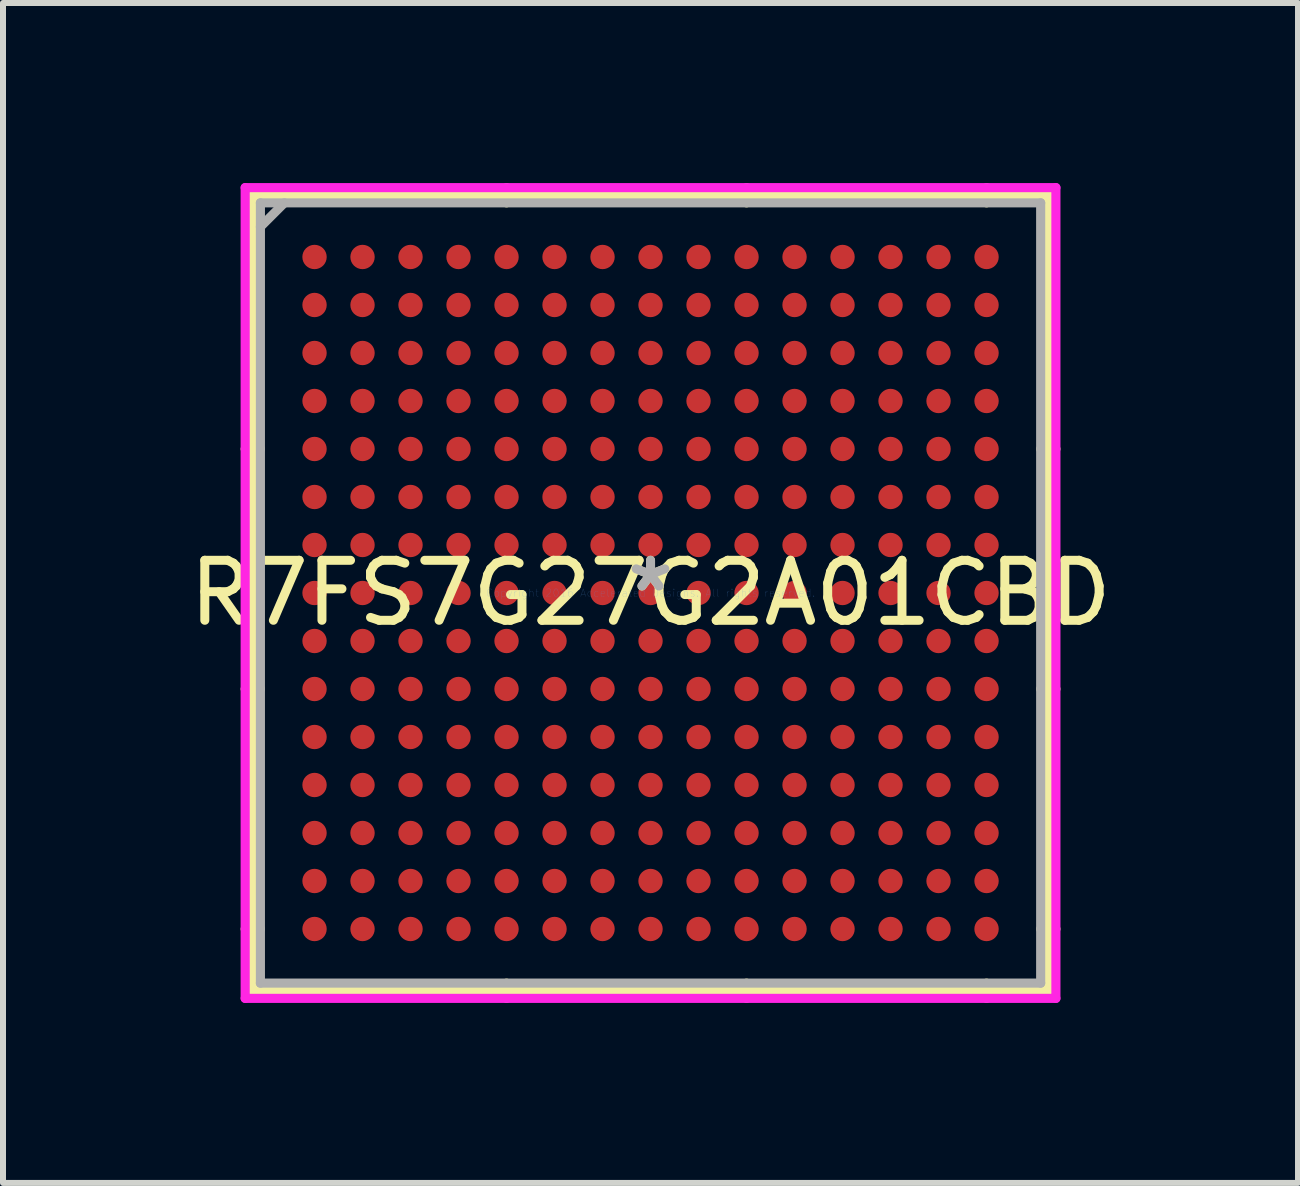
<source format=kicad_pcb>
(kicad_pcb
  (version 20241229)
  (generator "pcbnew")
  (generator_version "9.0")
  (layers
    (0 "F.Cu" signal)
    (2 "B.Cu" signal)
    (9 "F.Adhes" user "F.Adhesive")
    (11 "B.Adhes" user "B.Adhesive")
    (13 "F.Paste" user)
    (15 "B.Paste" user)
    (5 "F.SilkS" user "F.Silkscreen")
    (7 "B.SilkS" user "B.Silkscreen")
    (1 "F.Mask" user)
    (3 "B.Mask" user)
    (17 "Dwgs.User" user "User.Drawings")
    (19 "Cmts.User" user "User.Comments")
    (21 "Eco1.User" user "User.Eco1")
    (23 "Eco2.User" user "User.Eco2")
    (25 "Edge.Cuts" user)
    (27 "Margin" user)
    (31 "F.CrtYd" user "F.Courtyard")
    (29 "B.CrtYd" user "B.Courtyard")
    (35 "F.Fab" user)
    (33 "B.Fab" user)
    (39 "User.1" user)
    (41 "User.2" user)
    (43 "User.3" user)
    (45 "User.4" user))
  (footprint "R7FS7G27G2A01CBD"
    (layer "F.Cu")
    (at 7.792 6.833)
    (property "Reference" "R7FS7G27G2A01CBD" (at 0 0 0) (layer "F.SilkS") (effects (font (size 1 1) (thickness 0.15))))
    (attr through_hole)
    (fp_line (start -6.629 -6.629) (end -6.629 6.629) (stroke (width 0.152) (type solid)) (layer "F.SilkS"))
    (fp_line (start -6.629 6.629) (end 6.629 6.629) (stroke (width 0.152) (type solid)) (layer "F.SilkS"))
    (fp_line (start -6.502 -2.4) (end -6.756 -2.4) (stroke (width 0.152) (type solid)) (layer "F.SilkS"))
    (fp_line (start -6.502 1.6) (end -6.756 1.6) (stroke (width 0.152) (type solid)) (layer "F.SilkS"))
    (fp_line (start -6.502 5.6) (end -6.756 5.6) (stroke (width 0.152) (type solid)) (layer "F.SilkS"))
    (fp_line (start -2.4 -6.502) (end -2.4 -6.756) (stroke (width 0.152) (type solid)) (layer "F.SilkS"))
    (fp_line (start -2.4 6.502) (end -2.4 6.756) (stroke (width 0.152) (type solid)) (layer "F.SilkS"))
    (fp_line (start 1.6 -6.502) (end 1.6 -6.756) (stroke (width 0.152) (type solid)) (layer "F.SilkS"))
    (fp_line (start 1.6 6.502) (end 1.6 6.756) (stroke (width 0.152) (type solid)) (layer "F.SilkS"))
    (fp_line (start 5.6 -6.502) (end 5.6 -6.756) (stroke (width 0.152) (type solid)) (layer "F.SilkS"))
    (fp_line (start 5.6 6.502) (end 5.6 6.756) (stroke (width 0.152) (type solid)) (layer "F.SilkS"))
    (fp_line (start 6.502 -2.4) (end 6.756 -2.4) (stroke (width 0.152) (type solid)) (layer "F.SilkS"))
    (fp_line (start 6.502 1.6) (end 6.756 1.6) (stroke (width 0.152) (type solid)) (layer "F.SilkS"))
    (fp_line (start 6.502 5.6) (end 6.756 5.6) (stroke (width 0.152) (type solid)) (layer "F.SilkS"))
    (fp_line (start 6.629 -6.629) (end -6.629 -6.629) (stroke (width 0.152) (type solid)) (layer "F.SilkS"))
    (fp_line (start 6.629 6.629) (end 6.629 -6.629) (stroke (width 0.152) (type solid)) (layer "F.SilkS"))
    (fp_line (start -6.756 -6.756) (end 6.756 -6.756) (stroke (width 0.152) (type solid)) (layer "F.CrtYd"))
    (fp_line (start -6.756 6.756) (end -6.756 -6.756) (stroke (width 0.152) (type solid)) (layer "F.CrtYd"))
    (fp_line (start 6.756 -6.756) (end 6.756 6.756) (stroke (width 0.152) (type solid)) (layer "F.CrtYd"))
    (fp_line (start 6.756 6.756) (end -6.756 6.756) (stroke (width 0.152) (type solid)) (layer "F.CrtYd"))
    (fp_line (start -6.502 -6.502) (end -6.502 6.502) (stroke (width 0.152) (type solid)) (layer "F.Fab"))
    (fp_line (start -6.502 6.502) (end 6.502 6.502) (stroke (width 0.152) (type solid)) (layer "F.Fab"))
    (fp_line (start -6.102 -6.502) (end -6.502 -6.102) (stroke (width 0.152) (type solid)) (layer "F.Fab"))
    (fp_line (start 6.502 -6.502) (end -6.502 -6.502) (stroke (width 0.152) (type solid)) (layer "F.Fab"))
    (fp_line (start 6.502 6.502) (end 6.502 -6.502) (stroke (width 0.152) (type solid)) (layer "F.Fab"))
    (fp_text user "*" (at 0 0 0) (layer "F.SilkS") (effects (font (size 1 1) (thickness 0.15))))
    (fp_text user "Copyright 2016 Accelerated Designs. All rights reserved." (at 0 0 0) (layer "Cmts.User") (effects (font (size 0.127 0.127) (thickness 0.002))))
    (fp_text user "*" (at 0 0 0) (layer "F.Fab") (effects (font (size 1 1) (thickness 0.15))))
    (pad "A1" smd circle (at -5.6 -5.6) (size 0.406 0.406) (layers "F.Cu" "F.Mask" "F.Paste"))
    (pad "A2" smd circle (at -4.8 -5.6) (size 0.406 0.406) (layers "F.Cu" "F.Mask" "F.Paste"))
    (pad "A3" smd circle (at -4 -5.6) (size 0.406 0.406) (layers "F.Cu" "F.Mask" "F.Paste"))
    (pad "A4" smd circle (at -3.2 -5.6) (size 0.406 0.406) (layers "F.Cu" "F.Mask" "F.Paste"))
    (pad "A5" smd circle (at -2.4 -5.6) (size 0.406 0.406) (layers "F.Cu" "F.Mask" "F.Paste"))
    (pad "A6" smd circle (at -1.6 -5.6) (size 0.406 0.406) (layers "F.Cu" "F.Mask" "F.Paste"))
    (pad "A7" smd circle (at -0.8 -5.6) (size 0.406 0.406) (layers "F.Cu" "F.Mask" "F.Paste"))
    (pad "A8" smd circle (at 0 -5.6) (size 0.406 0.406) (layers "F.Cu" "F.Mask" "F.Paste"))
    (pad "A9" smd circle (at 0.8 -5.6) (size 0.406 0.406) (layers "F.Cu" "F.Mask" "F.Paste"))
    (pad "A10" smd circle (at 1.6 -5.6) (size 0.406 0.406) (layers "F.Cu" "F.Mask" "F.Paste"))
    (pad "A11" smd circle (at 2.4 -5.6) (size 0.406 0.406) (layers "F.Cu" "F.Mask" "F.Paste"))
    (pad "A12" smd circle (at 3.2 -5.6) (size 0.406 0.406) (layers "F.Cu" "F.Mask" "F.Paste"))
    (pad "A13" smd circle (at 4 -5.6) (size 0.406 0.406) (layers "F.Cu" "F.Mask" "F.Paste"))
    (pad "A14" smd circle (at 4.8 -5.6) (size 0.406 0.406) (layers "F.Cu" "F.Mask" "F.Paste"))
    (pad "A15" smd circle (at 5.6 -5.6) (size 0.406 0.406) (layers "F.Cu" "F.Mask" "F.Paste"))
    (pad "B1" smd circle (at -5.6 -4.8) (size 0.406 0.406) (layers "F.Cu" "F.Mask" "F.Paste"))
    (pad "B2" smd circle (at -4.8 -4.8) (size 0.406 0.406) (layers "F.Cu" "F.Mask" "F.Paste"))
    (pad "B3" smd circle (at -4 -4.8) (size 0.406 0.406) (layers "F.Cu" "F.Mask" "F.Paste"))
    (pad "B4" smd circle (at -3.2 -4.8) (size 0.406 0.406) (layers "F.Cu" "F.Mask" "F.Paste"))
    (pad "B5" smd circle (at -2.4 -4.8) (size 0.406 0.406) (layers "F.Cu" "F.Mask" "F.Paste"))
    (pad "B6" smd circle (at -1.6 -4.8) (size 0.406 0.406) (layers "F.Cu" "F.Mask" "F.Paste"))
    (pad "B7" smd circle (at -0.8 -4.8) (size 0.406 0.406) (layers "F.Cu" "F.Mask" "F.Paste"))
    (pad "B8" smd circle (at 0 -4.8) (size 0.406 0.406) (layers "F.Cu" "F.Mask" "F.Paste"))
    (pad "B9" smd circle (at 0.8 -4.8) (size 0.406 0.406) (layers "F.Cu" "F.Mask" "F.Paste"))
    (pad "B10" smd circle (at 1.6 -4.8) (size 0.406 0.406) (layers "F.Cu" "F.Mask" "F.Paste"))
    (pad "B11" smd circle (at 2.4 -4.8) (size 0.406 0.406) (layers "F.Cu" "F.Mask" "F.Paste"))
    (pad "B12" smd circle (at 3.2 -4.8) (size 0.406 0.406) (layers "F.Cu" "F.Mask" "F.Paste"))
    (pad "B13" smd circle (at 4 -4.8) (size 0.406 0.406) (layers "F.Cu" "F.Mask" "F.Paste"))
    (pad "B14" smd circle (at 4.8 -4.8) (size 0.406 0.406) (layers "F.Cu" "F.Mask" "F.Paste"))
    (pad "B15" smd circle (at 5.6 -4.8) (size 0.406 0.406) (layers "F.Cu" "F.Mask" "F.Paste"))
    (pad "C1" smd circle (at -5.6 -4) (size 0.406 0.406) (layers "F.Cu" "F.Mask" "F.Paste"))
    (pad "C2" smd circle (at -4.8 -4) (size 0.406 0.406) (layers "F.Cu" "F.Mask" "F.Paste"))
    (pad "C3" smd circle (at -4 -4) (size 0.406 0.406) (layers "F.Cu" "F.Mask" "F.Paste"))
    (pad "C4" smd circle (at -3.2 -4) (size 0.406 0.406) (layers "F.Cu" "F.Mask" "F.Paste"))
    (pad "C5" smd circle (at -2.4 -4) (size 0.406 0.406) (layers "F.Cu" "F.Mask" "F.Paste"))
    (pad "C6" smd circle (at -1.6 -4) (size 0.406 0.406) (layers "F.Cu" "F.Mask" "F.Paste"))
    (pad "C7" smd circle (at -0.8 -4) (size 0.406 0.406) (layers "F.Cu" "F.Mask" "F.Paste"))
    (pad "C8" smd circle (at 0 -4) (size 0.406 0.406) (layers "F.Cu" "F.Mask" "F.Paste"))
    (pad "C9" smd circle (at 0.8 -4) (size 0.406 0.406) (layers "F.Cu" "F.Mask" "F.Paste"))
    (pad "C10" smd circle (at 1.6 -4) (size 0.406 0.406) (layers "F.Cu" "F.Mask" "F.Paste"))
    (pad "C11" smd circle (at 2.4 -4) (size 0.406 0.406) (layers "F.Cu" "F.Mask" "F.Paste"))
    (pad "C12" smd circle (at 3.2 -4) (size 0.406 0.406) (layers "F.Cu" "F.Mask" "F.Paste"))
    (pad "C13" smd circle (at 4 -4) (size 0.406 0.406) (layers "F.Cu" "F.Mask" "F.Paste"))
    (pad "C14" smd circle (at 4.8 -4) (size 0.406 0.406) (layers "F.Cu" "F.Mask" "F.Paste"))
    (pad "C15" smd circle (at 5.6 -4) (size 0.406 0.406) (layers "F.Cu" "F.Mask" "F.Paste"))
    (pad "D1" smd circle (at -5.6 -3.2) (size 0.406 0.406) (layers "F.Cu" "F.Mask" "F.Paste"))
    (pad "D2" smd circle (at -4.8 -3.2) (size 0.406 0.406) (layers "F.Cu" "F.Mask" "F.Paste"))
    (pad "D3" smd circle (at -4 -3.2) (size 0.406 0.406) (layers "F.Cu" "F.Mask" "F.Paste"))
    (pad "D4" smd circle (at -3.2 -3.2) (size 0.406 0.406) (layers "F.Cu" "F.Mask" "F.Paste"))
    (pad "D5" smd circle (at -2.4 -3.2) (size 0.406 0.406) (layers "F.Cu" "F.Mask" "F.Paste"))
    (pad "D6" smd circle (at -1.6 -3.2) (size 0.406 0.406) (layers "F.Cu" "F.Mask" "F.Paste"))
    (pad "D7" smd circle (at -0.8 -3.2) (size 0.406 0.406) (layers "F.Cu" "F.Mask" "F.Paste"))
    (pad "D8" smd circle (at 0 -3.2) (size 0.406 0.406) (layers "F.Cu" "F.Mask" "F.Paste"))
    (pad "D9" smd circle (at 0.8 -3.2) (size 0.406 0.406) (layers "F.Cu" "F.Mask" "F.Paste"))
    (pad "D10" smd circle (at 1.6 -3.2) (size 0.406 0.406) (layers "F.Cu" "F.Mask" "F.Paste"))
    (pad "D11" smd circle (at 2.4 -3.2) (size 0.406 0.406) (layers "F.Cu" "F.Mask" "F.Paste"))
    (pad "D12" smd circle (at 3.2 -3.2) (size 0.406 0.406) (layers "F.Cu" "F.Mask" "F.Paste"))
    (pad "D13" smd circle (at 4 -3.2) (size 0.406 0.406) (layers "F.Cu" "F.Mask" "F.Paste"))
    (pad "D14" smd circle (at 4.8 -3.2) (size 0.406 0.406) (layers "F.Cu" "F.Mask" "F.Paste"))
    (pad "D15" smd circle (at 5.6 -3.2) (size 0.406 0.406) (layers "F.Cu" "F.Mask" "F.Paste"))
    (pad "E1" smd circle (at -5.6 -2.4) (size 0.406 0.406) (layers "F.Cu" "F.Mask" "F.Paste"))
    (pad "E2" smd circle (at -4.8 -2.4) (size 0.406 0.406) (layers "F.Cu" "F.Mask" "F.Paste"))
    (pad "E3" smd circle (at -4 -2.4) (size 0.406 0.406) (layers "F.Cu" "F.Mask" "F.Paste"))
    (pad "E4" smd circle (at -3.2 -2.4) (size 0.406 0.406) (layers "F.Cu" "F.Mask" "F.Paste"))
    (pad "E5" smd circle (at -2.4 -2.4) (size 0.406 0.406) (layers "F.Cu" "F.Mask" "F.Paste"))
    (pad "E6" smd circle (at -1.6 -2.4) (size 0.406 0.406) (layers "F.Cu" "F.Mask" "F.Paste"))
    (pad "E7" smd circle (at -0.8 -2.4) (size 0.406 0.406) (layers "F.Cu" "F.Mask" "F.Paste"))
    (pad "E8" smd circle (at 0 -2.4) (size 0.406 0.406) (layers "F.Cu" "F.Mask" "F.Paste"))
    (pad "E9" smd circle (at 0.8 -2.4) (size 0.406 0.406) (layers "F.Cu" "F.Mask" "F.Paste"))
    (pad "E10" smd circle (at 1.6 -2.4) (size 0.406 0.406) (layers "F.Cu" "F.Mask" "F.Paste"))
    (pad "E11" smd circle (at 2.4 -2.4) (size 0.406 0.406) (layers "F.Cu" "F.Mask" "F.Paste"))
    (pad "E12" smd circle (at 3.2 -2.4) (size 0.406 0.406) (layers "F.Cu" "F.Mask" "F.Paste"))
    (pad "E13" smd circle (at 4 -2.4) (size 0.406 0.406) (layers "F.Cu" "F.Mask" "F.Paste"))
    (pad "E14" smd circle (at 4.8 -2.4) (size 0.406 0.406) (layers "F.Cu" "F.Mask" "F.Paste"))
    (pad "E15" smd circle (at 5.6 -2.4) (size 0.406 0.406) (layers "F.Cu" "F.Mask" "F.Paste"))
    (pad "F1" smd circle (at -5.6 -1.6) (size 0.406 0.406) (layers "F.Cu" "F.Mask" "F.Paste"))
    (pad "F2" smd circle (at -4.8 -1.6) (size 0.406 0.406) (layers "F.Cu" "F.Mask" "F.Paste"))
    (pad "F3" smd circle (at -4 -1.6) (size 0.406 0.406) (layers "F.Cu" "F.Mask" "F.Paste"))
    (pad "F4" smd circle (at -3.2 -1.6) (size 0.406 0.406) (layers "F.Cu" "F.Mask" "F.Paste"))
    (pad "F5" smd circle (at -2.4 -1.6) (size 0.406 0.406) (layers "F.Cu" "F.Mask" "F.Paste"))
    (pad "F6" smd circle (at -1.6 -1.6) (size 0.406 0.406) (layers "F.Cu" "F.Mask" "F.Paste"))
    (pad "F7" smd circle (at -0.8 -1.6) (size 0.406 0.406) (layers "F.Cu" "F.Mask" "F.Paste"))
    (pad "F8" smd circle (at 0 -1.6) (size 0.406 0.406) (layers "F.Cu" "F.Mask" "F.Paste"))
    (pad "F9" smd circle (at 0.8 -1.6) (size 0.406 0.406) (layers "F.Cu" "F.Mask" "F.Paste"))
    (pad "F10" smd circle (at 1.6 -1.6) (size 0.406 0.406) (layers "F.Cu" "F.Mask" "F.Paste"))
    (pad "F11" smd circle (at 2.4 -1.6) (size 0.406 0.406) (layers "F.Cu" "F.Mask" "F.Paste"))
    (pad "F12" smd circle (at 3.2 -1.6) (size 0.406 0.406) (layers "F.Cu" "F.Mask" "F.Paste"))
    (pad "F13" smd circle (at 4 -1.6) (size 0.406 0.406) (layers "F.Cu" "F.Mask" "F.Paste"))
    (pad "F14" smd circle (at 4.8 -1.6) (size 0.406 0.406) (layers "F.Cu" "F.Mask" "F.Paste"))
    (pad "F15" smd circle (at 5.6 -1.6) (size 0.406 0.406) (layers "F.Cu" "F.Mask" "F.Paste"))
    (pad "G1" smd circle (at -5.6 -0.8) (size 0.406 0.406) (layers "F.Cu" "F.Mask" "F.Paste"))
    (pad "G2" smd circle (at -4.8 -0.8) (size 0.406 0.406) (layers "F.Cu" "F.Mask" "F.Paste"))
    (pad "G3" smd circle (at -4 -0.8) (size 0.406 0.406) (layers "F.Cu" "F.Mask" "F.Paste"))
    (pad "G4" smd circle (at -3.2 -0.8) (size 0.406 0.406) (layers "F.Cu" "F.Mask" "F.Paste"))
    (pad "G5" smd circle (at -2.4 -0.8) (size 0.406 0.406) (layers "F.Cu" "F.Mask" "F.Paste"))
    (pad "G6" smd circle (at -1.6 -0.8) (size 0.406 0.406) (layers "F.Cu" "F.Mask" "F.Paste"))
    (pad "G7" smd circle (at -0.8 -0.8) (size 0.406 0.406) (layers "F.Cu" "F.Mask" "F.Paste"))
    (pad "G8" smd circle (at 0 -0.8) (size 0.406 0.406) (layers "F.Cu" "F.Mask" "F.Paste"))
    (pad "G9" smd circle (at 0.8 -0.8) (size 0.406 0.406) (layers "F.Cu" "F.Mask" "F.Paste"))
    (pad "G10" smd circle (at 1.6 -0.8) (size 0.406 0.406) (layers "F.Cu" "F.Mask" "F.Paste"))
    (pad "G11" smd circle (at 2.4 -0.8) (size 0.406 0.406) (layers "F.Cu" "F.Mask" "F.Paste"))
    (pad "G12" smd circle (at 3.2 -0.8) (size 0.406 0.406) (layers "F.Cu" "F.Mask" "F.Paste"))
    (pad "G13" smd circle (at 4 -0.8) (size 0.406 0.406) (layers "F.Cu" "F.Mask" "F.Paste"))
    (pad "G14" smd circle (at 4.8 -0.8) (size 0.406 0.406) (layers "F.Cu" "F.Mask" "F.Paste"))
    (pad "G15" smd circle (at 5.6 -0.8) (size 0.406 0.406) (layers "F.Cu" "F.Mask" "F.Paste"))
    (pad "H1" smd circle (at -5.6 0) (size 0.406 0.406) (layers "F.Cu" "F.Mask" "F.Paste"))
    (pad "H2" smd circle (at -4.8 0) (size 0.406 0.406) (layers "F.Cu" "F.Mask" "F.Paste"))
    (pad "H3" smd circle (at -4 0) (size 0.406 0.406) (layers "F.Cu" "F.Mask" "F.Paste"))
    (pad "H4" smd circle (at -3.2 0) (size 0.406 0.406) (layers "F.Cu" "F.Mask" "F.Paste"))
    (pad "H5" smd circle (at -2.4 0) (size 0.406 0.406) (layers "F.Cu" "F.Mask" "F.Paste"))
    (pad "H6" smd circle (at -1.6 0) (size 0.406 0.406) (layers "F.Cu" "F.Mask" "F.Paste"))
    (pad "H7" smd circle (at -0.8 0) (size 0.406 0.406) (layers "F.Cu" "F.Mask" "F.Paste"))
    (pad "H8" smd circle (at 0 0) (size 0.406 0.406) (layers "F.Cu" "F.Mask" "F.Paste"))
    (pad "H9" smd circle (at 0.8 0) (size 0.406 0.406) (layers "F.Cu" "F.Mask" "F.Paste"))
    (pad "H10" smd circle (at 1.6 0) (size 0.406 0.406) (layers "F.Cu" "F.Mask" "F.Paste"))
    (pad "H11" smd circle (at 2.4 0) (size 0.406 0.406) (layers "F.Cu" "F.Mask" "F.Paste"))
    (pad "H12" smd circle (at 3.2 0) (size 0.406 0.406) (layers "F.Cu" "F.Mask" "F.Paste"))
    (pad "H13" smd circle (at 4 0) (size 0.406 0.406) (layers "F.Cu" "F.Mask" "F.Paste"))
    (pad "H14" smd circle (at 4.8 0) (size 0.406 0.406) (layers "F.Cu" "F.Mask" "F.Paste"))
    (pad "H15" smd circle (at 5.6 0) (size 0.406 0.406) (layers "F.Cu" "F.Mask" "F.Paste"))
    (pad "J1" smd circle (at -5.6 0.8) (size 0.406 0.406) (layers "F.Cu" "F.Mask" "F.Paste"))
    (pad "J2" smd circle (at -4.8 0.8) (size 0.406 0.406) (layers "F.Cu" "F.Mask" "F.Paste"))
    (pad "J3" smd circle (at -4 0.8) (size 0.406 0.406) (layers "F.Cu" "F.Mask" "F.Paste"))
    (pad "J4" smd circle (at -3.2 0.8) (size 0.406 0.406) (layers "F.Cu" "F.Mask" "F.Paste"))
    (pad "J5" smd circle (at -2.4 0.8) (size 0.406 0.406) (layers "F.Cu" "F.Mask" "F.Paste"))
    (pad "J6" smd circle (at -1.6 0.8) (size 0.406 0.406) (layers "F.Cu" "F.Mask" "F.Paste"))
    (pad "J7" smd circle (at -0.8 0.8) (size 0.406 0.406) (layers "F.Cu" "F.Mask" "F.Paste"))
    (pad "J8" smd circle (at 0 0.8) (size 0.406 0.406) (layers "F.Cu" "F.Mask" "F.Paste"))
    (pad "J9" smd circle (at 0.8 0.8) (size 0.406 0.406) (layers "F.Cu" "F.Mask" "F.Paste"))
    (pad "J10" smd circle (at 1.6 0.8) (size 0.406 0.406) (layers "F.Cu" "F.Mask" "F.Paste"))
    (pad "J11" smd circle (at 2.4 0.8) (size 0.406 0.406) (layers "F.Cu" "F.Mask" "F.Paste"))
    (pad "J12" smd circle (at 3.2 0.8) (size 0.406 0.406) (layers "F.Cu" "F.Mask" "F.Paste"))
    (pad "J13" smd circle (at 4 0.8) (size 0.406 0.406) (layers "F.Cu" "F.Mask" "F.Paste"))
    (pad "J14" smd circle (at 4.8 0.8) (size 0.406 0.406) (layers "F.Cu" "F.Mask" "F.Paste"))
    (pad "J15" smd circle (at 5.6 0.8) (size 0.406 0.406) (layers "F.Cu" "F.Mask" "F.Paste"))
    (pad "K1" smd circle (at -5.6 1.6) (size 0.406 0.406) (layers "F.Cu" "F.Mask" "F.Paste"))
    (pad "K2" smd circle (at -4.8 1.6) (size 0.406 0.406) (layers "F.Cu" "F.Mask" "F.Paste"))
    (pad "K3" smd circle (at -4 1.6) (size 0.406 0.406) (layers "F.Cu" "F.Mask" "F.Paste"))
    (pad "K4" smd circle (at -3.2 1.6) (size 0.406 0.406) (layers "F.Cu" "F.Mask" "F.Paste"))
    (pad "K5" smd circle (at -2.4 1.6) (size 0.406 0.406) (layers "F.Cu" "F.Mask" "F.Paste"))
    (pad "K6" smd circle (at -1.6 1.6) (size 0.406 0.406) (layers "F.Cu" "F.Mask" "F.Paste"))
    (pad "K7" smd circle (at -0.8 1.6) (size 0.406 0.406) (layers "F.Cu" "F.Mask" "F.Paste"))
    (pad "K8" smd circle (at 0 1.6) (size 0.406 0.406) (layers "F.Cu" "F.Mask" "F.Paste"))
    (pad "K9" smd circle (at 0.8 1.6) (size 0.406 0.406) (layers "F.Cu" "F.Mask" "F.Paste"))
    (pad "K10" smd circle (at 1.6 1.6) (size 0.406 0.406) (layers "F.Cu" "F.Mask" "F.Paste"))
    (pad "K11" smd circle (at 2.4 1.6) (size 0.406 0.406) (layers "F.Cu" "F.Mask" "F.Paste"))
    (pad "K12" smd circle (at 3.2 1.6) (size 0.406 0.406) (layers "F.Cu" "F.Mask" "F.Paste"))
    (pad "K13" smd circle (at 4 1.6) (size 0.406 0.406) (layers "F.Cu" "F.Mask" "F.Paste"))
    (pad "K14" smd circle (at 4.8 1.6) (size 0.406 0.406) (layers "F.Cu" "F.Mask" "F.Paste"))
    (pad "K15" smd circle (at 5.6 1.6) (size 0.406 0.406) (layers "F.Cu" "F.Mask" "F.Paste"))
    (pad "L1" smd circle (at -5.6 2.4) (size 0.406 0.406) (layers "F.Cu" "F.Mask" "F.Paste"))
    (pad "L2" smd circle (at -4.8 2.4) (size 0.406 0.406) (layers "F.Cu" "F.Mask" "F.Paste"))
    (pad "L3" smd circle (at -4 2.4) (size 0.406 0.406) (layers "F.Cu" "F.Mask" "F.Paste"))
    (pad "L4" smd circle (at -3.2 2.4) (size 0.406 0.406) (layers "F.Cu" "F.Mask" "F.Paste"))
    (pad "L5" smd circle (at -2.4 2.4) (size 0.406 0.406) (layers "F.Cu" "F.Mask" "F.Paste"))
    (pad "L6" smd circle (at -1.6 2.4) (size 0.406 0.406) (layers "F.Cu" "F.Mask" "F.Paste"))
    (pad "L7" smd circle (at -0.8 2.4) (size 0.406 0.406) (layers "F.Cu" "F.Mask" "F.Paste"))
    (pad "L8" smd circle (at 0 2.4) (size 0.406 0.406) (layers "F.Cu" "F.Mask" "F.Paste"))
    (pad "L9" smd circle (at 0.8 2.4) (size 0.406 0.406) (layers "F.Cu" "F.Mask" "F.Paste"))
    (pad "L10" smd circle (at 1.6 2.4) (size 0.406 0.406) (layers "F.Cu" "F.Mask" "F.Paste"))
    (pad "L11" smd circle (at 2.4 2.4) (size 0.406 0.406) (layers "F.Cu" "F.Mask" "F.Paste"))
    (pad "L12" smd circle (at 3.2 2.4) (size 0.406 0.406) (layers "F.Cu" "F.Mask" "F.Paste"))
    (pad "L13" smd circle (at 4 2.4) (size 0.406 0.406) (layers "F.Cu" "F.Mask" "F.Paste"))
    (pad "L14" smd circle (at 4.8 2.4) (size 0.406 0.406) (layers "F.Cu" "F.Mask" "F.Paste"))
    (pad "L15" smd circle (at 5.6 2.4) (size 0.406 0.406) (layers "F.Cu" "F.Mask" "F.Paste"))
    (pad "M1" smd circle (at -5.6 3.2) (size 0.406 0.406) (layers "F.Cu" "F.Mask" "F.Paste"))
    (pad "M2" smd circle (at -4.8 3.2) (size 0.406 0.406) (layers "F.Cu" "F.Mask" "F.Paste"))
    (pad "M3" smd circle (at -4 3.2) (size 0.406 0.406) (layers "F.Cu" "F.Mask" "F.Paste"))
    (pad "M4" smd circle (at -3.2 3.2) (size 0.406 0.406) (layers "F.Cu" "F.Mask" "F.Paste"))
    (pad "M5" smd circle (at -2.4 3.2) (size 0.406 0.406) (layers "F.Cu" "F.Mask" "F.Paste"))
    (pad "M6" smd circle (at -1.6 3.2) (size 0.406 0.406) (layers "F.Cu" "F.Mask" "F.Paste"))
    (pad "M7" smd circle (at -0.8 3.2) (size 0.406 0.406) (layers "F.Cu" "F.Mask" "F.Paste"))
    (pad "M8" smd circle (at 0 3.2) (size 0.406 0.406) (layers "F.Cu" "F.Mask" "F.Paste"))
    (pad "M9" smd circle (at 0.8 3.2) (size 0.406 0.406) (layers "F.Cu" "F.Mask" "F.Paste"))
    (pad "M10" smd circle (at 1.6 3.2) (size 0.406 0.406) (layers "F.Cu" "F.Mask" "F.Paste"))
    (pad "M11" smd circle (at 2.4 3.2) (size 0.406 0.406) (layers "F.Cu" "F.Mask" "F.Paste"))
    (pad "M12" smd circle (at 3.2 3.2) (size 0.406 0.406) (layers "F.Cu" "F.Mask" "F.Paste"))
    (pad "M13" smd circle (at 4 3.2) (size 0.406 0.406) (layers "F.Cu" "F.Mask" "F.Paste"))
    (pad "M14" smd circle (at 4.8 3.2) (size 0.406 0.406) (layers "F.Cu" "F.Mask" "F.Paste"))
    (pad "M15" smd circle (at 5.6 3.2) (size 0.406 0.406) (layers "F.Cu" "F.Mask" "F.Paste"))
    (pad "N1" smd circle (at -5.6 4) (size 0.406 0.406) (layers "F.Cu" "F.Mask" "F.Paste"))
    (pad "N2" smd circle (at -4.8 4) (size 0.406 0.406) (layers "F.Cu" "F.Mask" "F.Paste"))
    (pad "N3" smd circle (at -4 4) (size 0.406 0.406) (layers "F.Cu" "F.Mask" "F.Paste"))
    (pad "N4" smd circle (at -3.2 4) (size 0.406 0.406) (layers "F.Cu" "F.Mask" "F.Paste"))
    (pad "N5" smd circle (at -2.4 4) (size 0.406 0.406) (layers "F.Cu" "F.Mask" "F.Paste"))
    (pad "N6" smd circle (at -1.6 4) (size 0.406 0.406) (layers "F.Cu" "F.Mask" "F.Paste"))
    (pad "N7" smd circle (at -0.8 4) (size 0.406 0.406) (layers "F.Cu" "F.Mask" "F.Paste"))
    (pad "N8" smd circle (at 0 4) (size 0.406 0.406) (layers "F.Cu" "F.Mask" "F.Paste"))
    (pad "N9" smd circle (at 0.8 4) (size 0.406 0.406) (layers "F.Cu" "F.Mask" "F.Paste"))
    (pad "N10" smd circle (at 1.6 4) (size 0.406 0.406) (layers "F.Cu" "F.Mask" "F.Paste"))
    (pad "N11" smd circle (at 2.4 4) (size 0.406 0.406) (layers "F.Cu" "F.Mask" "F.Paste"))
    (pad "N12" smd circle (at 3.2 4) (size 0.406 0.406) (layers "F.Cu" "F.Mask" "F.Paste"))
    (pad "N13" smd circle (at 4 4) (size 0.406 0.406) (layers "F.Cu" "F.Mask" "F.Paste"))
    (pad "N14" smd circle (at 4.8 4) (size 0.406 0.406) (layers "F.Cu" "F.Mask" "F.Paste"))
    (pad "N15" smd circle (at 5.6 4) (size 0.406 0.406) (layers "F.Cu" "F.Mask" "F.Paste"))
    (pad "P1" smd circle (at -5.6 4.8) (size 0.406 0.406) (layers "F.Cu" "F.Mask" "F.Paste"))
    (pad "P2" smd circle (at -4.8 4.8) (size 0.406 0.406) (layers "F.Cu" "F.Mask" "F.Paste"))
    (pad "P3" smd circle (at -4 4.8) (size 0.406 0.406) (layers "F.Cu" "F.Mask" "F.Paste"))
    (pad "P4" smd circle (at -3.2 4.8) (size 0.406 0.406) (layers "F.Cu" "F.Mask" "F.Paste"))
    (pad "P5" smd circle (at -2.4 4.8) (size 0.406 0.406) (layers "F.Cu" "F.Mask" "F.Paste"))
    (pad "P6" smd circle (at -1.6 4.8) (size 0.406 0.406) (layers "F.Cu" "F.Mask" "F.Paste"))
    (pad "P7" smd circle (at -0.8 4.8) (size 0.406 0.406) (layers "F.Cu" "F.Mask" "F.Paste"))
    (pad "P8" smd circle (at 0 4.8) (size 0.406 0.406) (layers "F.Cu" "F.Mask" "F.Paste"))
    (pad "P9" smd circle (at 0.8 4.8) (size 0.406 0.406) (layers "F.Cu" "F.Mask" "F.Paste"))
    (pad "P10" smd circle (at 1.6 4.8) (size 0.406 0.406) (layers "F.Cu" "F.Mask" "F.Paste"))
    (pad "P11" smd circle (at 2.4 4.8) (size 0.406 0.406) (layers "F.Cu" "F.Mask" "F.Paste"))
    (pad "P12" smd circle (at 3.2 4.8) (size 0.406 0.406) (layers "F.Cu" "F.Mask" "F.Paste"))
    (pad "P13" smd circle (at 4 4.8) (size 0.406 0.406) (layers "F.Cu" "F.Mask" "F.Paste"))
    (pad "P14" smd circle (at 4.8 4.8) (size 0.406 0.406) (layers "F.Cu" "F.Mask" "F.Paste"))
    (pad "P15" smd circle (at 5.6 4.8) (size 0.406 0.406) (layers "F.Cu" "F.Mask" "F.Paste"))
    (pad "R1" smd circle (at -5.6 5.6) (size 0.406 0.406) (layers "F.Cu" "F.Mask" "F.Paste"))
    (pad "R2" smd circle (at -4.8 5.6) (size 0.406 0.406) (layers "F.Cu" "F.Mask" "F.Paste"))
    (pad "R3" smd circle (at -4 5.6) (size 0.406 0.406) (layers "F.Cu" "F.Mask" "F.Paste"))
    (pad "R4" smd circle (at -3.2 5.6) (size 0.406 0.406) (layers "F.Cu" "F.Mask" "F.Paste"))
    (pad "R5" smd circle (at -2.4 5.6) (size 0.406 0.406) (layers "F.Cu" "F.Mask" "F.Paste"))
    (pad "R6" smd circle (at -1.6 5.6) (size 0.406 0.406) (layers "F.Cu" "F.Mask" "F.Paste"))
    (pad "R7" smd circle (at -0.8 5.6) (size 0.406 0.406) (layers "F.Cu" "F.Mask" "F.Paste"))
    (pad "R8" smd circle (at 0 5.6) (size 0.406 0.406) (layers "F.Cu" "F.Mask" "F.Paste"))
    (pad "R9" smd circle (at 0.8 5.6) (size 0.406 0.406) (layers "F.Cu" "F.Mask" "F.Paste"))
    (pad "R10" smd circle (at 1.6 5.6) (size 0.406 0.406) (layers "F.Cu" "F.Mask" "F.Paste"))
    (pad "R11" smd circle (at 2.4 5.6) (size 0.406 0.406) (layers "F.Cu" "F.Mask" "F.Paste"))
    (pad "R12" smd circle (at 3.2 5.6) (size 0.406 0.406) (layers "F.Cu" "F.Mask" "F.Paste"))
    (pad "R13" smd circle (at 4 5.6) (size 0.406 0.406) (layers "F.Cu" "F.Mask" "F.Paste"))
    (pad "R14" smd circle (at 4.8 5.6) (size 0.406 0.406) (layers "F.Cu" "F.Mask" "F.Paste"))
    (pad "R15" smd circle (at 5.6 5.6) (size 0.406 0.406) (layers "F.Cu" "F.Mask" "F.Paste")))
  (gr_rect
    (start -3 -3)
    (end 18.583 16.665)
    (stroke (width 0.1) (type default))
    (fill no)
    (layer "Edge.Cuts")))
</source>
